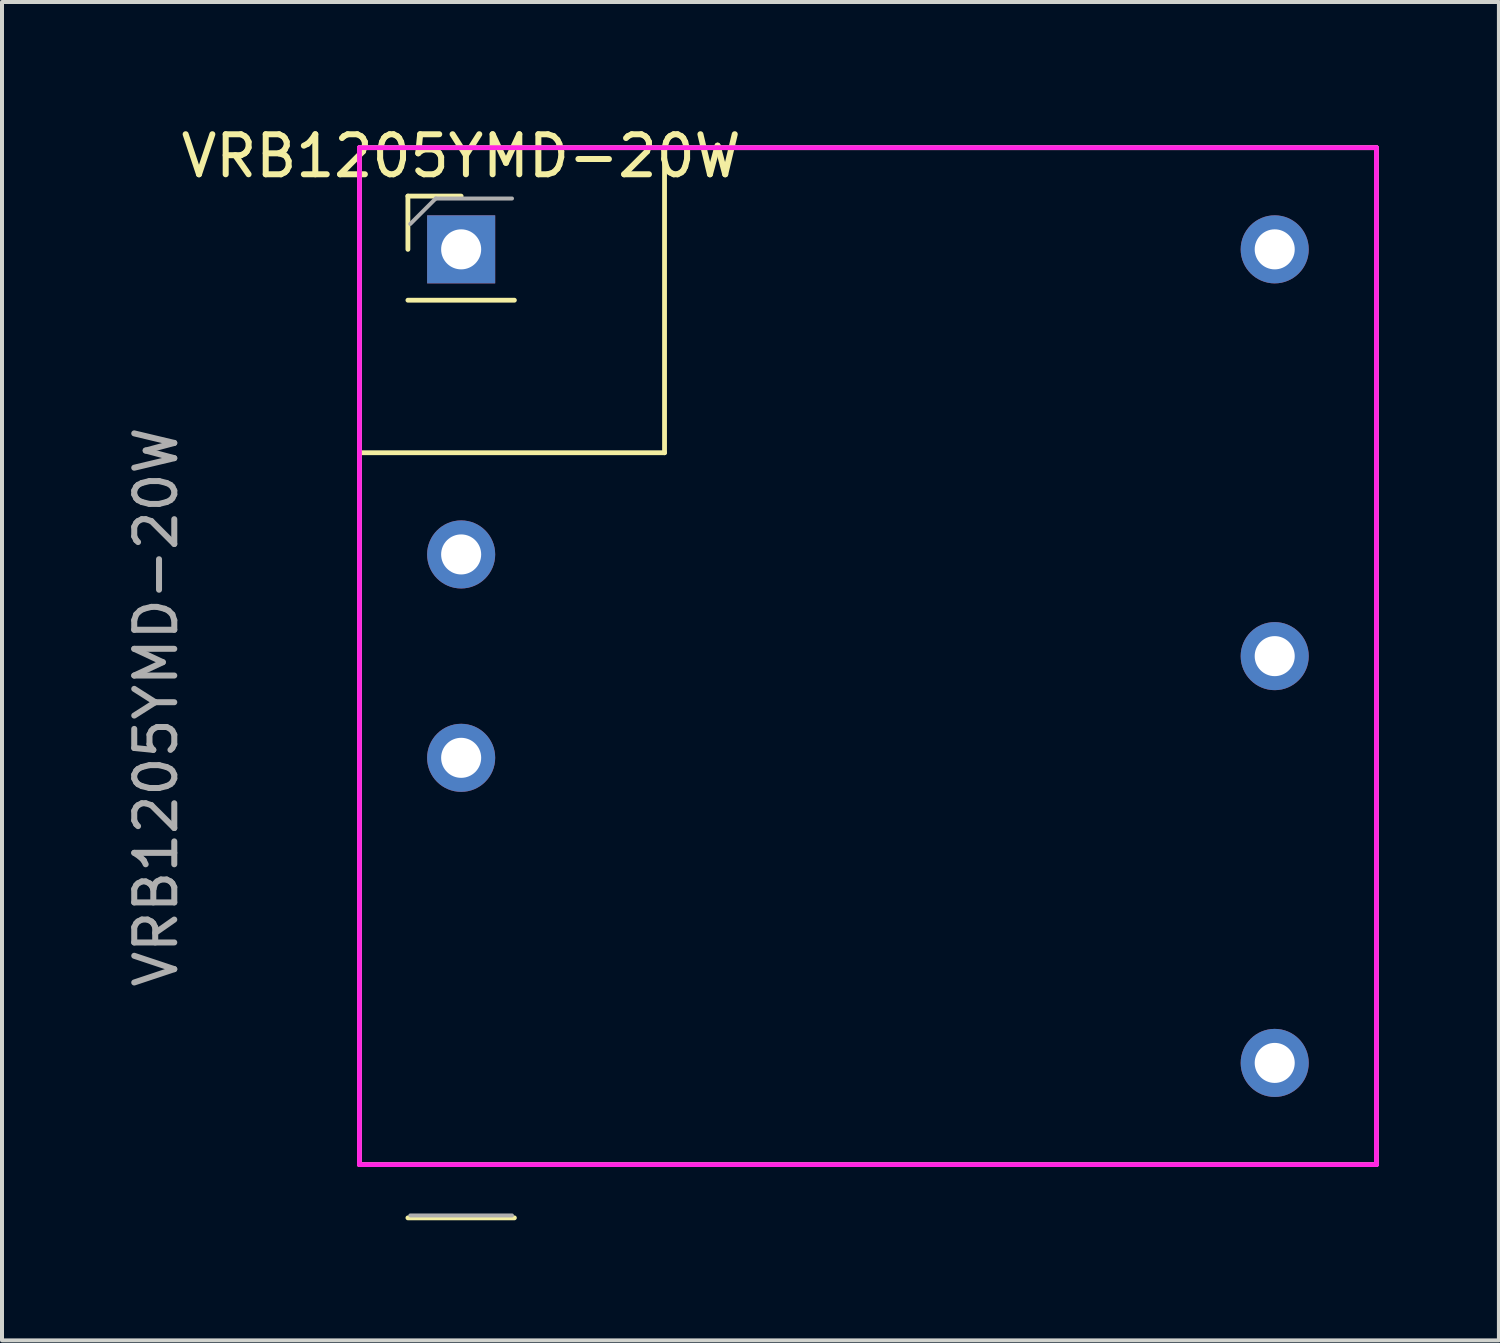
<source format=kicad_pcb>
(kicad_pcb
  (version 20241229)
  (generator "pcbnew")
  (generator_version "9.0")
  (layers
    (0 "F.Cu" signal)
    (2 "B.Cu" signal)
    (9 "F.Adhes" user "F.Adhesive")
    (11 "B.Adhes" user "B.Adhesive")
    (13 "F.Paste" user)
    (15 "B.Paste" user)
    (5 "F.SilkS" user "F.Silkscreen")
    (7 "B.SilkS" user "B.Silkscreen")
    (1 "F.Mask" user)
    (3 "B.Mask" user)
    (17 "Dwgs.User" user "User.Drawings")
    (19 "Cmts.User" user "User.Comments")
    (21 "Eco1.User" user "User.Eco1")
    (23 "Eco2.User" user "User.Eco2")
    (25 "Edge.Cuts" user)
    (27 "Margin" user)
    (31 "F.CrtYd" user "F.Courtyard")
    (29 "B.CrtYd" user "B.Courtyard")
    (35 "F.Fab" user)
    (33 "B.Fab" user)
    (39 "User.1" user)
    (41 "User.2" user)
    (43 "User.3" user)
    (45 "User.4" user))
  (footprint "VRB1205YMD-20W"
    (layer "F.Cu")
    (at 8.468 3.178)
    (property "Reference" "VRB1205YMD-20W" (at 0 -2.33 0) (layer "F.SilkS") (effects (font (size 1 1) (thickness 0.15))))
    (attr through_hole)
    (fp_line (start -2.54 -2.54) (end -2.54 22.86) (stroke (width 0.12) (type solid)) (layer "F.SilkS"))
    (fp_line (start -2.54 5.08) (end 5.08 5.08) (stroke (width 0.12) (type solid)) (layer "F.SilkS"))
    (fp_line (start -2.54 22.86) (end 22.86 22.86) (stroke (width 0.12) (type solid)) (layer "F.SilkS"))
    (fp_line (start -1.33 -1.33) (end 0 -1.33) (stroke (width 0.12) (type solid)) (layer "F.SilkS"))
    (fp_line (start -1.33 0) (end -1.33 -1.33) (stroke (width 0.12) (type solid)) (layer "F.SilkS"))
    (fp_line (start -1.33 1.27) (end 1.33 1.27) (stroke (width 0.12) (type solid)) (layer "F.SilkS"))
    (fp_line (start -1.33 24.19) (end 1.33 24.19) (stroke (width 0.12) (type solid)) (layer "F.SilkS"))
    (fp_line (start 5.08 5.08) (end 5.08 -2.54) (stroke (width 0.12) (type solid)) (layer "F.SilkS"))
    (fp_line (start 22.86 -2.54) (end -2.54 -2.54) (stroke (width 0.12) (type solid)) (layer "F.SilkS"))
    (fp_line (start 22.86 22.86) (end 22.86 -2.54) (stroke (width 0.12) (type solid)) (layer "F.SilkS"))
    (fp_line (start -2.54 -2.54) (end -2.54 22.86) (stroke (width 0.12) (type solid)) (layer "F.CrtYd"))
    (fp_line (start -2.54 22.86) (end 22.86 22.86) (stroke (width 0.12) (type solid)) (layer "F.CrtYd"))
    (fp_line (start 22.86 -2.54) (end -2.54 -2.54) (stroke (width 0.12) (type solid)) (layer "F.CrtYd"))
    (fp_line (start 22.86 22.86) (end 22.86 -2.54) (stroke (width 0.12) (type solid)) (layer "F.CrtYd"))
    (fp_line (start -1.27 -0.635) (end -0.635 -1.27) (stroke (width 0.1) (type solid)) (layer "F.Fab"))
    (fp_line (start -0.635 -1.27) (end 1.27 -1.27) (stroke (width 0.1) (type solid)) (layer "F.Fab"))
    (fp_line (start 1.27 24.13) (end -1.27 24.13) (stroke (width 0.1) (type solid)) (layer "F.Fab"))
    (fp_text user "${REFERENCE}" (at -7.62 11.43 90) (layer "F.Fab") (effects (font (size 1 1) (thickness 0.15))))
    (pad "1" thru_hole rect (at 0 0) (size 1.7 1.7) (drill 1) (layers "*.Cu" "*.Mask"))
    (pad "2" thru_hole oval (at 0 7.62) (size 1.7 1.7) (drill 1) (layers "*.Cu" "*.Mask"))
    (pad "3" thru_hole oval (at 0 12.7) (size 1.7 1.7) (drill 1) (layers "*.Cu" "*.Mask"))
    (pad "4" thru_hole oval (at 20.32 20.32) (size 1.7 1.7) (drill 1) (layers "*.Cu" "*.Mask"))
    (pad "5" thru_hole oval (at 20.32 10.16) (size 1.7 1.7) (drill 1) (layers "*.Cu" "*.Mask"))
    (pad "6" thru_hole oval (at 20.32 0) (size 1.7 1.7) (drill 1) (layers "*.Cu" "*.Mask")))
  (gr_rect
    (start -3 -3)
    (end 34.388 30.428)
    (stroke (width 0.1) (type default))
    (fill no)
    (layer "Edge.Cuts")))
</source>
